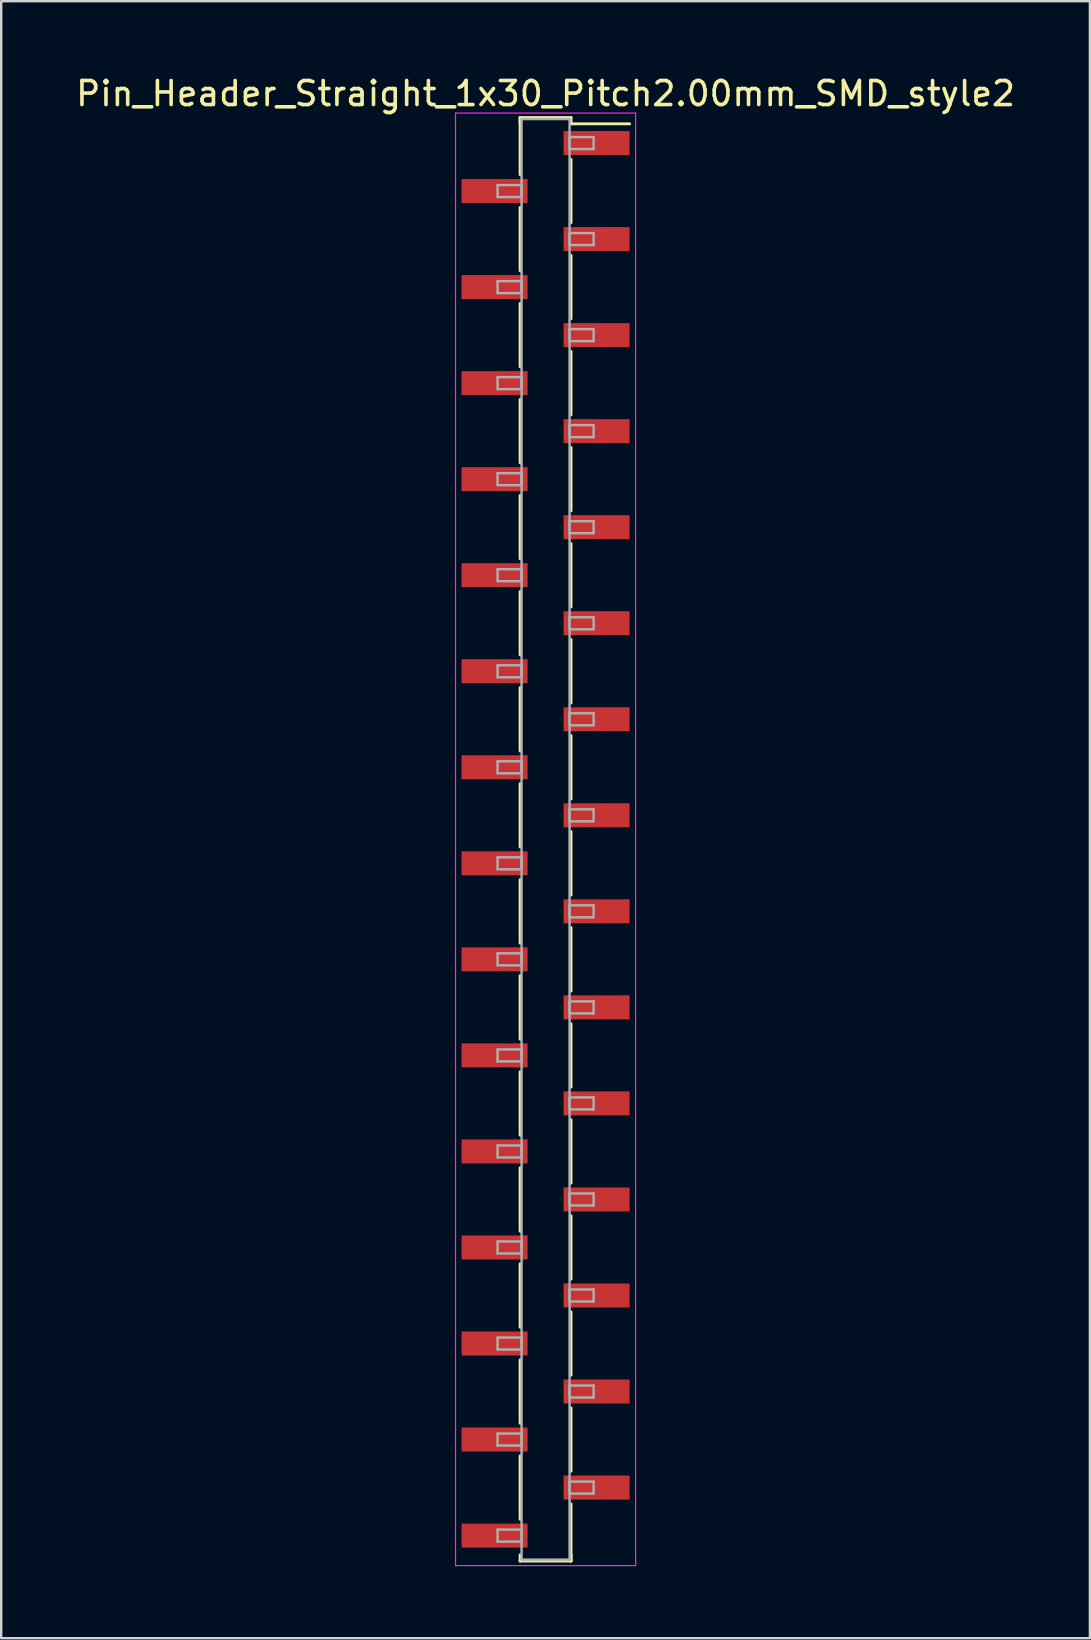
<source format=kicad_pcb>
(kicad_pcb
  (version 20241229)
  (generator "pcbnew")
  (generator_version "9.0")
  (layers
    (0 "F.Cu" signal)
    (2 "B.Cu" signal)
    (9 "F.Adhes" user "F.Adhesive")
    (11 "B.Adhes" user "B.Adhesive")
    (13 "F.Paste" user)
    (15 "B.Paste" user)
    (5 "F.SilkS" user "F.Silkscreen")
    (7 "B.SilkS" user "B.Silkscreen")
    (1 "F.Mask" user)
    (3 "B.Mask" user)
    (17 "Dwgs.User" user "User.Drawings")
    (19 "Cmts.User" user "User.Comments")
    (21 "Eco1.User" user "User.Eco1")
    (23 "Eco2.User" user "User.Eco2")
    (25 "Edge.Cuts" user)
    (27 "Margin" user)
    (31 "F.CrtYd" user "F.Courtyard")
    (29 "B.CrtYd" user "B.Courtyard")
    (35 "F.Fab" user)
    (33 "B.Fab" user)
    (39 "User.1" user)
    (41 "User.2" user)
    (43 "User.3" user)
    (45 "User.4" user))
  (footprint "Pin_Header_Straight_1x30_Pitch2.00mm_SMD_style2"
    (layer "F.Cu")
    (at 19.673 31.908)
    (property "Reference" "Pin_Header_Straight_1x30_Pitch2.00mm_SMD_style2" (at 0 -31.06 0) (layer "F.SilkS") (effects (font (size 1 1) (thickness 0.15))))
    (attr smd)
    (fp_line (start -1.06 -30.06) (end -1.06 -27.68) (stroke (width 0.12) (type solid)) (layer "F.SilkS"))
    (fp_line (start -1.06 -30.06) (end 1.06 -30.06) (stroke (width 0.12) (type solid)) (layer "F.SilkS"))
    (fp_line (start -1.06 -29.8) (end -1.06 -30.06) (stroke (width 0.12) (type solid)) (layer "F.SilkS"))
    (fp_line (start -1.06 -26.32) (end -1.06 -23.68) (stroke (width 0.12) (type solid)) (layer "F.SilkS"))
    (fp_line (start -1.06 -22.32) (end -1.06 -19.68) (stroke (width 0.12) (type solid)) (layer "F.SilkS"))
    (fp_line (start -1.06 -18.32) (end -1.06 -15.68) (stroke (width 0.12) (type solid)) (layer "F.SilkS"))
    (fp_line (start -1.06 -14.32) (end -1.06 -11.68) (stroke (width 0.12) (type solid)) (layer "F.SilkS"))
    (fp_line (start -1.06 -10.32) (end -1.06 -7.68) (stroke (width 0.12) (type solid)) (layer "F.SilkS"))
    (fp_line (start -1.06 -6.32) (end -1.06 -3.68) (stroke (width 0.12) (type solid)) (layer "F.SilkS"))
    (fp_line (start -1.06 -2.32) (end -1.06 0.32) (stroke (width 0.12) (type solid)) (layer "F.SilkS"))
    (fp_line (start -1.06 1.68) (end -1.06 4.32) (stroke (width 0.12) (type solid)) (layer "F.SilkS"))
    (fp_line (start -1.06 5.68) (end -1.06 8.32) (stroke (width 0.12) (type solid)) (layer "F.SilkS"))
    (fp_line (start -1.06 9.68) (end -1.06 12.32) (stroke (width 0.12) (type solid)) (layer "F.SilkS"))
    (fp_line (start -1.06 13.68) (end -1.06 16.32) (stroke (width 0.12) (type solid)) (layer "F.SilkS"))
    (fp_line (start -1.06 17.68) (end -1.06 20.32) (stroke (width 0.12) (type solid)) (layer "F.SilkS"))
    (fp_line (start -1.06 21.68) (end -1.06 24.32) (stroke (width 0.12) (type solid)) (layer "F.SilkS"))
    (fp_line (start -1.06 25.68) (end -1.06 28.32) (stroke (width 0.12) (type solid)) (layer "F.SilkS"))
    (fp_line (start -1.06 29.8) (end -1.06 30.06) (stroke (width 0.12) (type solid)) (layer "F.SilkS"))
    (fp_line (start -1.06 30.06) (end 1.06 30.06) (stroke (width 0.12) (type solid)) (layer "F.SilkS"))
    (fp_line (start 1.06 -30.06) (end 1.06 -29.8) (stroke (width 0.12) (type solid)) (layer "F.SilkS"))
    (fp_line (start 1.06 -29.8) (end 3.5 -29.8) (stroke (width 0.12) (type solid)) (layer "F.SilkS"))
    (fp_line (start 1.06 -28.32) (end 1.06 -25.68) (stroke (width 0.12) (type solid)) (layer "F.SilkS"))
    (fp_line (start 1.06 -24.32) (end 1.06 -21.68) (stroke (width 0.12) (type solid)) (layer "F.SilkS"))
    (fp_line (start 1.06 -20.32) (end 1.06 -17.68) (stroke (width 0.12) (type solid)) (layer "F.SilkS"))
    (fp_line (start 1.06 -16.32) (end 1.06 -13.68) (stroke (width 0.12) (type solid)) (layer "F.SilkS"))
    (fp_line (start 1.06 -12.32) (end 1.06 -9.68) (stroke (width 0.12) (type solid)) (layer "F.SilkS"))
    (fp_line (start 1.06 -8.32) (end 1.06 -5.68) (stroke (width 0.12) (type solid)) (layer "F.SilkS"))
    (fp_line (start 1.06 -4.32) (end 1.06 -1.68) (stroke (width 0.12) (type solid)) (layer "F.SilkS"))
    (fp_line (start 1.06 -0.32) (end 1.06 2.32) (stroke (width 0.12) (type solid)) (layer "F.SilkS"))
    (fp_line (start 1.06 3.68) (end 1.06 6.32) (stroke (width 0.12) (type solid)) (layer "F.SilkS"))
    (fp_line (start 1.06 7.68) (end 1.06 10.32) (stroke (width 0.12) (type solid)) (layer "F.SilkS"))
    (fp_line (start 1.06 11.68) (end 1.06 14.32) (stroke (width 0.12) (type solid)) (layer "F.SilkS"))
    (fp_line (start 1.06 15.68) (end 1.06 18.32) (stroke (width 0.12) (type solid)) (layer "F.SilkS"))
    (fp_line (start 1.06 19.68) (end 1.06 22.32) (stroke (width 0.12) (type solid)) (layer "F.SilkS"))
    (fp_line (start 1.06 23.68) (end 1.06 26.32) (stroke (width 0.12) (type solid)) (layer "F.SilkS"))
    (fp_line (start 1.06 27.68) (end 1.06 30.06) (stroke (width 0.12) (type solid)) (layer "F.SilkS"))
    (fp_line (start 1.06 30.06) (end 1.06 29.8) (stroke (width 0.12) (type solid)) (layer "F.SilkS"))
    (fp_line (start -3.75 -30.25) (end -3.75 30.25) (stroke (width 0.05) (type solid)) (layer "F.CrtYd"))
    (fp_line (start -3.75 30.25) (end 3.75 30.25) (stroke (width 0.05) (type solid)) (layer "F.CrtYd"))
    (fp_line (start 3.75 -30.25) (end -3.75 -30.25) (stroke (width 0.05) (type solid)) (layer "F.CrtYd"))
    (fp_line (start 3.75 30.25) (end 3.75 -30.25) (stroke (width 0.05) (type solid)) (layer "F.CrtYd"))
    (fp_line (start -2 -27.25) (end -1 -27.25) (stroke (width 0.1) (type solid)) (layer "F.Fab"))
    (fp_line (start -2 -26.75) (end -2 -27.25) (stroke (width 0.1) (type solid)) (layer "F.Fab"))
    (fp_line (start -2 -23.25) (end -1 -23.25) (stroke (width 0.1) (type solid)) (layer "F.Fab"))
    (fp_line (start -2 -22.75) (end -2 -23.25) (stroke (width 0.1) (type solid)) (layer "F.Fab"))
    (fp_line (start -2 -19.25) (end -1 -19.25) (stroke (width 0.1) (type solid)) (layer "F.Fab"))
    (fp_line (start -2 -18.75) (end -2 -19.25) (stroke (width 0.1) (type solid)) (layer "F.Fab"))
    (fp_line (start -2 -15.25) (end -1 -15.25) (stroke (width 0.1) (type solid)) (layer "F.Fab"))
    (fp_line (start -2 -14.75) (end -2 -15.25) (stroke (width 0.1) (type solid)) (layer "F.Fab"))
    (fp_line (start -2 -11.25) (end -1 -11.25) (stroke (width 0.1) (type solid)) (layer "F.Fab"))
    (fp_line (start -2 -10.75) (end -2 -11.25) (stroke (width 0.1) (type solid)) (layer "F.Fab"))
    (fp_line (start -2 -7.25) (end -1 -7.25) (stroke (width 0.1) (type solid)) (layer "F.Fab"))
    (fp_line (start -2 -6.75) (end -2 -7.25) (stroke (width 0.1) (type solid)) (layer "F.Fab"))
    (fp_line (start -2 -3.25) (end -1 -3.25) (stroke (width 0.1) (type solid)) (layer "F.Fab"))
    (fp_line (start -2 -2.75) (end -2 -3.25) (stroke (width 0.1) (type solid)) (layer "F.Fab"))
    (fp_line (start -2 0.75) (end -1 0.75) (stroke (width 0.1) (type solid)) (layer "F.Fab"))
    (fp_line (start -2 1.25) (end -2 0.75) (stroke (width 0.1) (type solid)) (layer "F.Fab"))
    (fp_line (start -2 4.75) (end -1 4.75) (stroke (width 0.1) (type solid)) (layer "F.Fab"))
    (fp_line (start -2 5.25) (end -2 4.75) (stroke (width 0.1) (type solid)) (layer "F.Fab"))
    (fp_line (start -2 8.75) (end -1 8.75) (stroke (width 0.1) (type solid)) (layer "F.Fab"))
    (fp_line (start -2 9.25) (end -2 8.75) (stroke (width 0.1) (type solid)) (layer "F.Fab"))
    (fp_line (start -2 12.75) (end -1 12.75) (stroke (width 0.1) (type solid)) (layer "F.Fab"))
    (fp_line (start -2 13.25) (end -2 12.75) (stroke (width 0.1) (type solid)) (layer "F.Fab"))
    (fp_line (start -2 16.75) (end -1 16.75) (stroke (width 0.1) (type solid)) (layer "F.Fab"))
    (fp_line (start -2 17.25) (end -2 16.75) (stroke (width 0.1) (type solid)) (layer "F.Fab"))
    (fp_line (start -2 20.75) (end -1 20.75) (stroke (width 0.1) (type solid)) (layer "F.Fab"))
    (fp_line (start -2 21.25) (end -2 20.75) (stroke (width 0.1) (type solid)) (layer "F.Fab"))
    (fp_line (start -2 24.75) (end -1 24.75) (stroke (width 0.1) (type solid)) (layer "F.Fab"))
    (fp_line (start -2 25.25) (end -2 24.75) (stroke (width 0.1) (type solid)) (layer "F.Fab"))
    (fp_line (start -2 28.75) (end -1 28.75) (stroke (width 0.1) (type solid)) (layer "F.Fab"))
    (fp_line (start -2 29.25) (end -2 28.75) (stroke (width 0.1) (type solid)) (layer "F.Fab"))
    (fp_line (start -1 -30) (end -1 30) (stroke (width 0.1) (type solid)) (layer "F.Fab"))
    (fp_line (start -1 -27.25) (end -1 -26.75) (stroke (width 0.1) (type solid)) (layer "F.Fab"))
    (fp_line (start -1 -26.75) (end -2 -26.75) (stroke (width 0.1) (type solid)) (layer "F.Fab"))
    (fp_line (start -1 -23.25) (end -1 -22.75) (stroke (width 0.1) (type solid)) (layer "F.Fab"))
    (fp_line (start -1 -22.75) (end -2 -22.75) (stroke (width 0.1) (type solid)) (layer "F.Fab"))
    (fp_line (start -1 -19.25) (end -1 -18.75) (stroke (width 0.1) (type solid)) (layer "F.Fab"))
    (fp_line (start -1 -18.75) (end -2 -18.75) (stroke (width 0.1) (type solid)) (layer "F.Fab"))
    (fp_line (start -1 -15.25) (end -1 -14.75) (stroke (width 0.1) (type solid)) (layer "F.Fab"))
    (fp_line (start -1 -14.75) (end -2 -14.75) (stroke (width 0.1) (type solid)) (layer "F.Fab"))
    (fp_line (start -1 -11.25) (end -1 -10.75) (stroke (width 0.1) (type solid)) (layer "F.Fab"))
    (fp_line (start -1 -10.75) (end -2 -10.75) (stroke (width 0.1) (type solid)) (layer "F.Fab"))
    (fp_line (start -1 -7.25) (end -1 -6.75) (stroke (width 0.1) (type solid)) (layer "F.Fab"))
    (fp_line (start -1 -6.75) (end -2 -6.75) (stroke (width 0.1) (type solid)) (layer "F.Fab"))
    (fp_line (start -1 -3.25) (end -1 -2.75) (stroke (width 0.1) (type solid)) (layer "F.Fab"))
    (fp_line (start -1 -2.75) (end -2 -2.75) (stroke (width 0.1) (type solid)) (layer "F.Fab"))
    (fp_line (start -1 0.75) (end -1 1.25) (stroke (width 0.1) (type solid)) (layer "F.Fab"))
    (fp_line (start -1 1.25) (end -2 1.25) (stroke (width 0.1) (type solid)) (layer "F.Fab"))
    (fp_line (start -1 4.75) (end -1 5.25) (stroke (width 0.1) (type solid)) (layer "F.Fab"))
    (fp_line (start -1 5.25) (end -2 5.25) (stroke (width 0.1) (type solid)) (layer "F.Fab"))
    (fp_line (start -1 8.75) (end -1 9.25) (stroke (width 0.1) (type solid)) (layer "F.Fab"))
    (fp_line (start -1 9.25) (end -2 9.25) (stroke (width 0.1) (type solid)) (layer "F.Fab"))
    (fp_line (start -1 12.75) (end -1 13.25) (stroke (width 0.1) (type solid)) (layer "F.Fab"))
    (fp_line (start -1 13.25) (end -2 13.25) (stroke (width 0.1) (type solid)) (layer "F.Fab"))
    (fp_line (start -1 16.75) (end -1 17.25) (stroke (width 0.1) (type solid)) (layer "F.Fab"))
    (fp_line (start -1 17.25) (end -2 17.25) (stroke (width 0.1) (type solid)) (layer "F.Fab"))
    (fp_line (start -1 20.75) (end -1 21.25) (stroke (width 0.1) (type solid)) (layer "F.Fab"))
    (fp_line (start -1 21.25) (end -2 21.25) (stroke (width 0.1) (type solid)) (layer "F.Fab"))
    (fp_line (start -1 24.75) (end -1 25.25) (stroke (width 0.1) (type solid)) (layer "F.Fab"))
    (fp_line (start -1 25.25) (end -2 25.25) (stroke (width 0.1) (type solid)) (layer "F.Fab"))
    (fp_line (start -1 28.75) (end -1 29.25) (stroke (width 0.1) (type solid)) (layer "F.Fab"))
    (fp_line (start -1 29.25) (end -2 29.25) (stroke (width 0.1) (type solid)) (layer "F.Fab"))
    (fp_line (start -1 30) (end 1 30) (stroke (width 0.1) (type solid)) (layer "F.Fab"))
    (fp_line (start 1 -30) (end -1 -30) (stroke (width 0.1) (type solid)) (layer "F.Fab"))
    (fp_line (start 1 -29.25) (end 1 -28.75) (stroke (width 0.1) (type solid)) (layer "F.Fab"))
    (fp_line (start 1 -28.75) (end 2 -28.75) (stroke (width 0.1) (type solid)) (layer "F.Fab"))
    (fp_line (start 1 -25.25) (end 1 -24.75) (stroke (width 0.1) (type solid)) (layer "F.Fab"))
    (fp_line (start 1 -24.75) (end 2 -24.75) (stroke (width 0.1) (type solid)) (layer "F.Fab"))
    (fp_line (start 1 -21.25) (end 1 -20.75) (stroke (width 0.1) (type solid)) (layer "F.Fab"))
    (fp_line (start 1 -20.75) (end 2 -20.75) (stroke (width 0.1) (type solid)) (layer "F.Fab"))
    (fp_line (start 1 -17.25) (end 1 -16.75) (stroke (width 0.1) (type solid)) (layer "F.Fab"))
    (fp_line (start 1 -16.75) (end 2 -16.75) (stroke (width 0.1) (type solid)) (layer "F.Fab"))
    (fp_line (start 1 -13.25) (end 1 -12.75) (stroke (width 0.1) (type solid)) (layer "F.Fab"))
    (fp_line (start 1 -12.75) (end 2 -12.75) (stroke (width 0.1) (type solid)) (layer "F.Fab"))
    (fp_line (start 1 -9.25) (end 1 -8.75) (stroke (width 0.1) (type solid)) (layer "F.Fab"))
    (fp_line (start 1 -8.75) (end 2 -8.75) (stroke (width 0.1) (type solid)) (layer "F.Fab"))
    (fp_line (start 1 -5.25) (end 1 -4.75) (stroke (width 0.1) (type solid)) (layer "F.Fab"))
    (fp_line (start 1 -4.75) (end 2 -4.75) (stroke (width 0.1) (type solid)) (layer "F.Fab"))
    (fp_line (start 1 -1.25) (end 1 -0.75) (stroke (width 0.1) (type solid)) (layer "F.Fab"))
    (fp_line (start 1 -0.75) (end 2 -0.75) (stroke (width 0.1) (type solid)) (layer "F.Fab"))
    (fp_line (start 1 2.75) (end 1 3.25) (stroke (width 0.1) (type solid)) (layer "F.Fab"))
    (fp_line (start 1 3.25) (end 2 3.25) (stroke (width 0.1) (type solid)) (layer "F.Fab"))
    (fp_line (start 1 6.75) (end 1 7.25) (stroke (width 0.1) (type solid)) (layer "F.Fab"))
    (fp_line (start 1 7.25) (end 2 7.25) (stroke (width 0.1) (type solid)) (layer "F.Fab"))
    (fp_line (start 1 10.75) (end 1 11.25) (stroke (width 0.1) (type solid)) (layer "F.Fab"))
    (fp_line (start 1 11.25) (end 2 11.25) (stroke (width 0.1) (type solid)) (layer "F.Fab"))
    (fp_line (start 1 14.75) (end 1 15.25) (stroke (width 0.1) (type solid)) (layer "F.Fab"))
    (fp_line (start 1 15.25) (end 2 15.25) (stroke (width 0.1) (type solid)) (layer "F.Fab"))
    (fp_line (start 1 18.75) (end 1 19.25) (stroke (width 0.1) (type solid)) (layer "F.Fab"))
    (fp_line (start 1 19.25) (end 2 19.25) (stroke (width 0.1) (type solid)) (layer "F.Fab"))
    (fp_line (start 1 22.75) (end 1 23.25) (stroke (width 0.1) (type solid)) (layer "F.Fab"))
    (fp_line (start 1 23.25) (end 2 23.25) (stroke (width 0.1) (type solid)) (layer "F.Fab"))
    (fp_line (start 1 26.75) (end 1 27.25) (stroke (width 0.1) (type solid)) (layer "F.Fab"))
    (fp_line (start 1 27.25) (end 2 27.25) (stroke (width 0.1) (type solid)) (layer "F.Fab"))
    (fp_line (start 1 30) (end 1 -30) (stroke (width 0.1) (type solid)) (layer "F.Fab"))
    (fp_line (start 2 -29.25) (end 1 -29.25) (stroke (width 0.1) (type solid)) (layer "F.Fab"))
    (fp_line (start 2 -28.75) (end 2 -29.25) (stroke (width 0.1) (type solid)) (layer "F.Fab"))
    (fp_line (start 2 -25.25) (end 1 -25.25) (stroke (width 0.1) (type solid)) (layer "F.Fab"))
    (fp_line (start 2 -24.75) (end 2 -25.25) (stroke (width 0.1) (type solid)) (layer "F.Fab"))
    (fp_line (start 2 -21.25) (end 1 -21.25) (stroke (width 0.1) (type solid)) (layer "F.Fab"))
    (fp_line (start 2 -20.75) (end 2 -21.25) (stroke (width 0.1) (type solid)) (layer "F.Fab"))
    (fp_line (start 2 -17.25) (end 1 -17.25) (stroke (width 0.1) (type solid)) (layer "F.Fab"))
    (fp_line (start 2 -16.75) (end 2 -17.25) (stroke (width 0.1) (type solid)) (layer "F.Fab"))
    (fp_line (start 2 -13.25) (end 1 -13.25) (stroke (width 0.1) (type solid)) (layer "F.Fab"))
    (fp_line (start 2 -12.75) (end 2 -13.25) (stroke (width 0.1) (type solid)) (layer "F.Fab"))
    (fp_line (start 2 -9.25) (end 1 -9.25) (stroke (width 0.1) (type solid)) (layer "F.Fab"))
    (fp_line (start 2 -8.75) (end 2 -9.25) (stroke (width 0.1) (type solid)) (layer "F.Fab"))
    (fp_line (start 2 -5.25) (end 1 -5.25) (stroke (width 0.1) (type solid)) (layer "F.Fab"))
    (fp_line (start 2 -4.75) (end 2 -5.25) (stroke (width 0.1) (type solid)) (layer "F.Fab"))
    (fp_line (start 2 -1.25) (end 1 -1.25) (stroke (width 0.1) (type solid)) (layer "F.Fab"))
    (fp_line (start 2 -0.75) (end 2 -1.25) (stroke (width 0.1) (type solid)) (layer "F.Fab"))
    (fp_line (start 2 2.75) (end 1 2.75) (stroke (width 0.1) (type solid)) (layer "F.Fab"))
    (fp_line (start 2 3.25) (end 2 2.75) (stroke (width 0.1) (type solid)) (layer "F.Fab"))
    (fp_line (start 2 6.75) (end 1 6.75) (stroke (width 0.1) (type solid)) (layer "F.Fab"))
    (fp_line (start 2 7.25) (end 2 6.75) (stroke (width 0.1) (type solid)) (layer "F.Fab"))
    (fp_line (start 2 10.75) (end 1 10.75) (stroke (width 0.1) (type solid)) (layer "F.Fab"))
    (fp_line (start 2 11.25) (end 2 10.75) (stroke (width 0.1) (type solid)) (layer "F.Fab"))
    (fp_line (start 2 14.75) (end 1 14.75) (stroke (width 0.1) (type solid)) (layer "F.Fab"))
    (fp_line (start 2 15.25) (end 2 14.75) (stroke (width 0.1) (type solid)) (layer "F.Fab"))
    (fp_line (start 2 18.75) (end 1 18.75) (stroke (width 0.1) (type solid)) (layer "F.Fab"))
    (fp_line (start 2 19.25) (end 2 18.75) (stroke (width 0.1) (type solid)) (layer "F.Fab"))
    (fp_line (start 2 22.75) (end 1 22.75) (stroke (width 0.1) (type solid)) (layer "F.Fab"))
    (fp_line (start 2 23.25) (end 2 22.75) (stroke (width 0.1) (type solid)) (layer "F.Fab"))
    (fp_line (start 2 26.75) (end 1 26.75) (stroke (width 0.1) (type solid)) (layer "F.Fab"))
    (fp_line (start 2 27.25) (end 2 26.75) (stroke (width 0.1) (type solid)) (layer "F.Fab"))
    (pad "1" smd rect (at 2.125 -29) (size 2.75 1) (layers "F.Cu" "F.Mask"))
    (pad "2" smd rect (at -2.125 -27) (size 2.75 1) (layers "F.Cu" "F.Mask"))
    (pad "3" smd rect (at 2.125 -25) (size 2.75 1) (layers "F.Cu" "F.Mask"))
    (pad "4" smd rect (at -2.125 -23) (size 2.75 1) (layers "F.Cu" "F.Mask"))
    (pad "5" smd rect (at 2.125 -21) (size 2.75 1) (layers "F.Cu" "F.Mask"))
    (pad "6" smd rect (at -2.125 -19) (size 2.75 1) (layers "F.Cu" "F.Mask"))
    (pad "7" smd rect (at 2.125 -17) (size 2.75 1) (layers "F.Cu" "F.Mask"))
    (pad "8" smd rect (at -2.125 -15) (size 2.75 1) (layers "F.Cu" "F.Mask"))
    (pad "9" smd rect (at 2.125 -13) (size 2.75 1) (layers "F.Cu" "F.Mask"))
    (pad "10" smd rect (at -2.125 -11) (size 2.75 1) (layers "F.Cu" "F.Mask"))
    (pad "11" smd rect (at 2.125 -9) (size 2.75 1) (layers "F.Cu" "F.Mask"))
    (pad "12" smd rect (at -2.125 -7) (size 2.75 1) (layers "F.Cu" "F.Mask"))
    (pad "13" smd rect (at 2.125 -5) (size 2.75 1) (layers "F.Cu" "F.Mask"))
    (pad "14" smd rect (at -2.125 -3) (size 2.75 1) (layers "F.Cu" "F.Mask"))
    (pad "15" smd rect (at 2.125 -1) (size 2.75 1) (layers "F.Cu" "F.Mask"))
    (pad "16" smd rect (at -2.125 1) (size 2.75 1) (layers "F.Cu" "F.Mask"))
    (pad "17" smd rect (at 2.125 3) (size 2.75 1) (layers "F.Cu" "F.Mask"))
    (pad "18" smd rect (at -2.125 5) (size 2.75 1) (layers "F.Cu" "F.Mask"))
    (pad "19" smd rect (at 2.125 7) (size 2.75 1) (layers "F.Cu" "F.Mask"))
    (pad "20" smd rect (at -2.125 9) (size 2.75 1) (layers "F.Cu" "F.Mask"))
    (pad "21" smd rect (at 2.125 11) (size 2.75 1) (layers "F.Cu" "F.Mask"))
    (pad "22" smd rect (at -2.125 13) (size 2.75 1) (layers "F.Cu" "F.Mask"))
    (pad "23" smd rect (at 2.125 15) (size 2.75 1) (layers "F.Cu" "F.Mask"))
    (pad "24" smd rect (at -2.125 17) (size 2.75 1) (layers "F.Cu" "F.Mask"))
    (pad "25" smd rect (at 2.125 19) (size 2.75 1) (layers "F.Cu" "F.Mask"))
    (pad "26" smd rect (at -2.125 21) (size 2.75 1) (layers "F.Cu" "F.Mask"))
    (pad "27" smd rect (at 2.125 23) (size 2.75 1) (layers "F.Cu" "F.Mask"))
    (pad "28" smd rect (at -2.125 25) (size 2.75 1) (layers "F.Cu" "F.Mask"))
    (pad "29" smd rect (at 2.125 27) (size 2.75 1) (layers "F.Cu" "F.Mask"))
    (pad "30" smd rect (at -2.125 29) (size 2.75 1) (layers "F.Cu" "F.Mask")))
  (gr_rect
    (start -3 -3)
    (end 42.345 65.183)
    (stroke (width 0.1) (type default))
    (fill no)
    (layer "Edge.Cuts")))
</source>
